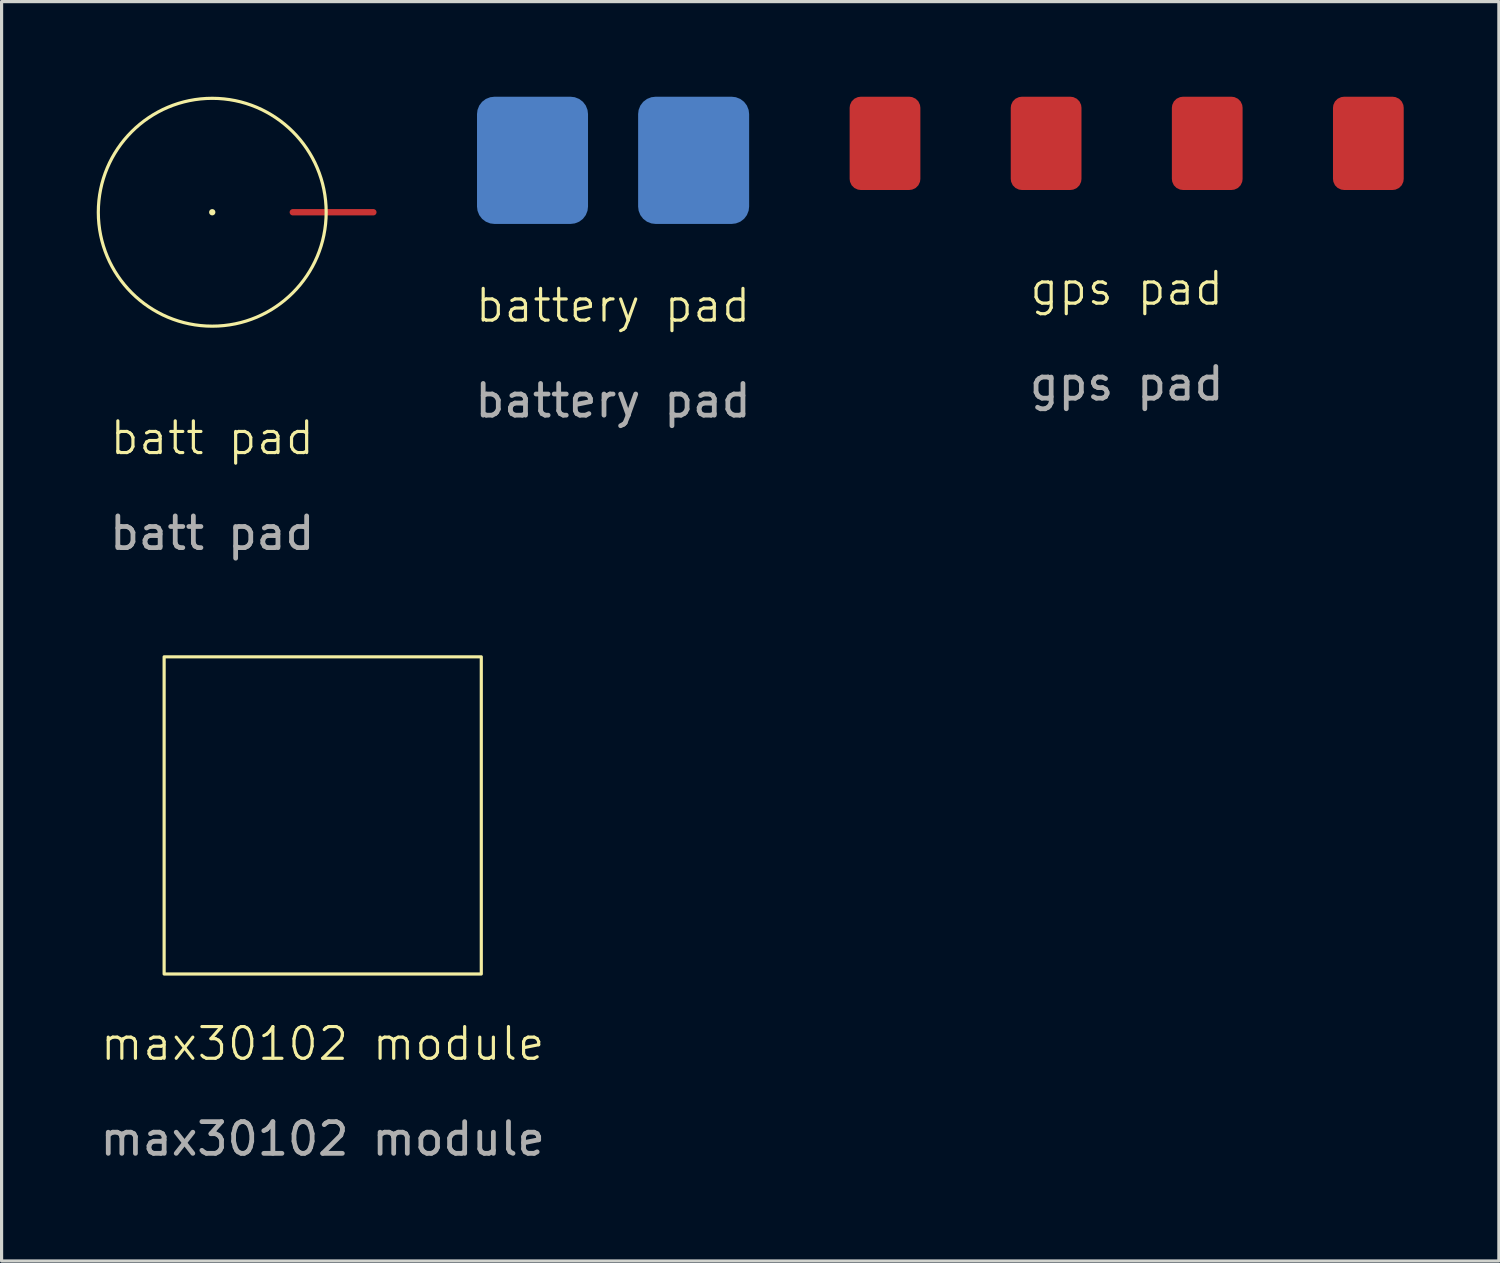
<source format=kicad_pcb>
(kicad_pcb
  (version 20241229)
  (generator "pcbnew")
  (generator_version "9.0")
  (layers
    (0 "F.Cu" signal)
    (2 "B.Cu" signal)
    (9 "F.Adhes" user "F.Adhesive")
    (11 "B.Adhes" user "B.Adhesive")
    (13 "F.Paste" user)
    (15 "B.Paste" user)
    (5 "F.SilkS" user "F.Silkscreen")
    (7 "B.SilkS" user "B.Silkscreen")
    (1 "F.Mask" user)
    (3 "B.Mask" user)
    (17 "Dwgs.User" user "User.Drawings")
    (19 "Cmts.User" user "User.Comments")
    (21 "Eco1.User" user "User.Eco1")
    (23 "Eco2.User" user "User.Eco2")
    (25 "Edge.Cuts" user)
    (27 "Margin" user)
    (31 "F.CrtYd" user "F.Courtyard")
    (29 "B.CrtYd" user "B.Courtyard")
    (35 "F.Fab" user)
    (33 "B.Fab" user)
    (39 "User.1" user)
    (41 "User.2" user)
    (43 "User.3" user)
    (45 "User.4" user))
  (footprint "batt pad"
    (layer "F.Cu")
    (at 3.642 11.262)
    (property "Reference" "batt pad" (at 0 -0.5 0) (unlocked yes) (layer "F.SilkS") (effects (font (size 1 1) (thickness 0.1))))
    (attr smd)
    (fp_rect (start 2.54 -7.62) (end 5.08 -7.62) (stroke (width 0.2) (type solid)) (fill no) (layer "F.Cu"))
    (fp_circle (center 0 -7.62) (end -2.54 -10.16) (stroke (width 0.1) (type default)) (fill no) (layer "F.SilkS"))
    (fp_circle (center 0 -7.62) (end 0 -7.62) (stroke (width 0.1) (type default)) (fill no) (layer "F.SilkS"))
    (fp_text user "${REFERENCE}" (at 0 2.5 0) (unlocked yes) (layer "F.Fab") (effects (font (size 1 1) (thickness 0.15)))))
  (footprint "battery pad"
    (layer "F.Cu")
    (at 16.28 7.085)
    (property "Reference" "battery pad" (at 0 -0.5 0) (unlocked yes) (layer "F.SilkS") (effects (font (size 1 1) (thickness 0.1))))
    (attr smd)
    (fp_text user "${REFERENCE}" (at 0 2.5 0) (unlocked yes) (layer "F.Fab") (effects (font (size 1 1) (thickness 0.15))))
    (pad "1" smd roundrect (at 2.54 -5.08) (size 3.5 4.01) (layers "F.Mask" "B.Cu" "F.Paste") (roundrect_rratio 0.156))
    (pad "2" smd roundrect (at -2.54 -5.08) (size 3.5 4.01) (layers "F.Mask" "B.Cu" "F.Paste") (roundrect_rratio 0.156)))
  (footprint "gps pad"
    (layer "F.Cu")
    (at 32.474 6.55)
    (property "Reference" "gps pad" (at 0 -0.5 0) (unlocked yes) (layer "F.SilkS") (effects (font (size 1 1) (thickness 0.1))))
    (attr smd)
    (fp_text user "${REFERENCE}" (at 0 2.5 0) (unlocked yes) (layer "F.Fab") (effects (font (size 1 1) (thickness 0.15))))
    (pad "1" smd roundrect (at -7.62 -5.08) (size 2.23 2.94) (layers "F.Cu" "F.Mask" "F.Paste") (roundrect_rratio 0.156))
    (pad "2" smd roundrect (at -2.54 -5.08) (size 2.23 2.94) (layers "F.Cu" "F.Mask" "F.Paste") (roundrect_rratio 0.156))
    (pad "3" smd roundrect (at 2.54 -5.08) (size 2.23 2.94) (layers "F.Cu" "F.Mask" "F.Paste") (roundrect_rratio 0.156))
    (pad "4" smd roundrect (at 7.62 -5.08) (size 2.23 2.94) (layers "F.Cu" "F.Mask" "F.Paste") (roundrect_rratio 0.156)))
  (footprint "max30102 module"
    (layer "F.Cu")
    (at 7.125 30.36)
    (property "Reference" "max30102 module" (at 0 -0.5 0) (unlocked yes) (layer "F.SilkS") (effects (font (size 1 1) (thickness 0.1))))
    (attr smd)
    (fp_rect (start -5 -12.7) (end 5 -2.7) (stroke (width 0.1) (type default)) (fill no) (layer "F.SilkS"))
    (fp_text user "${REFERENCE}" (at 0 2.5 0) (unlocked yes) (layer "F.Fab") (effects (font (size 1 1) (thickness 0.15)))))
  (gr_rect
    (start -3 -3)
    (end 44.209 36.709)
    (stroke (width 0.1) (type default))
    (fill no)
    (layer "Edge.Cuts")))
</source>
